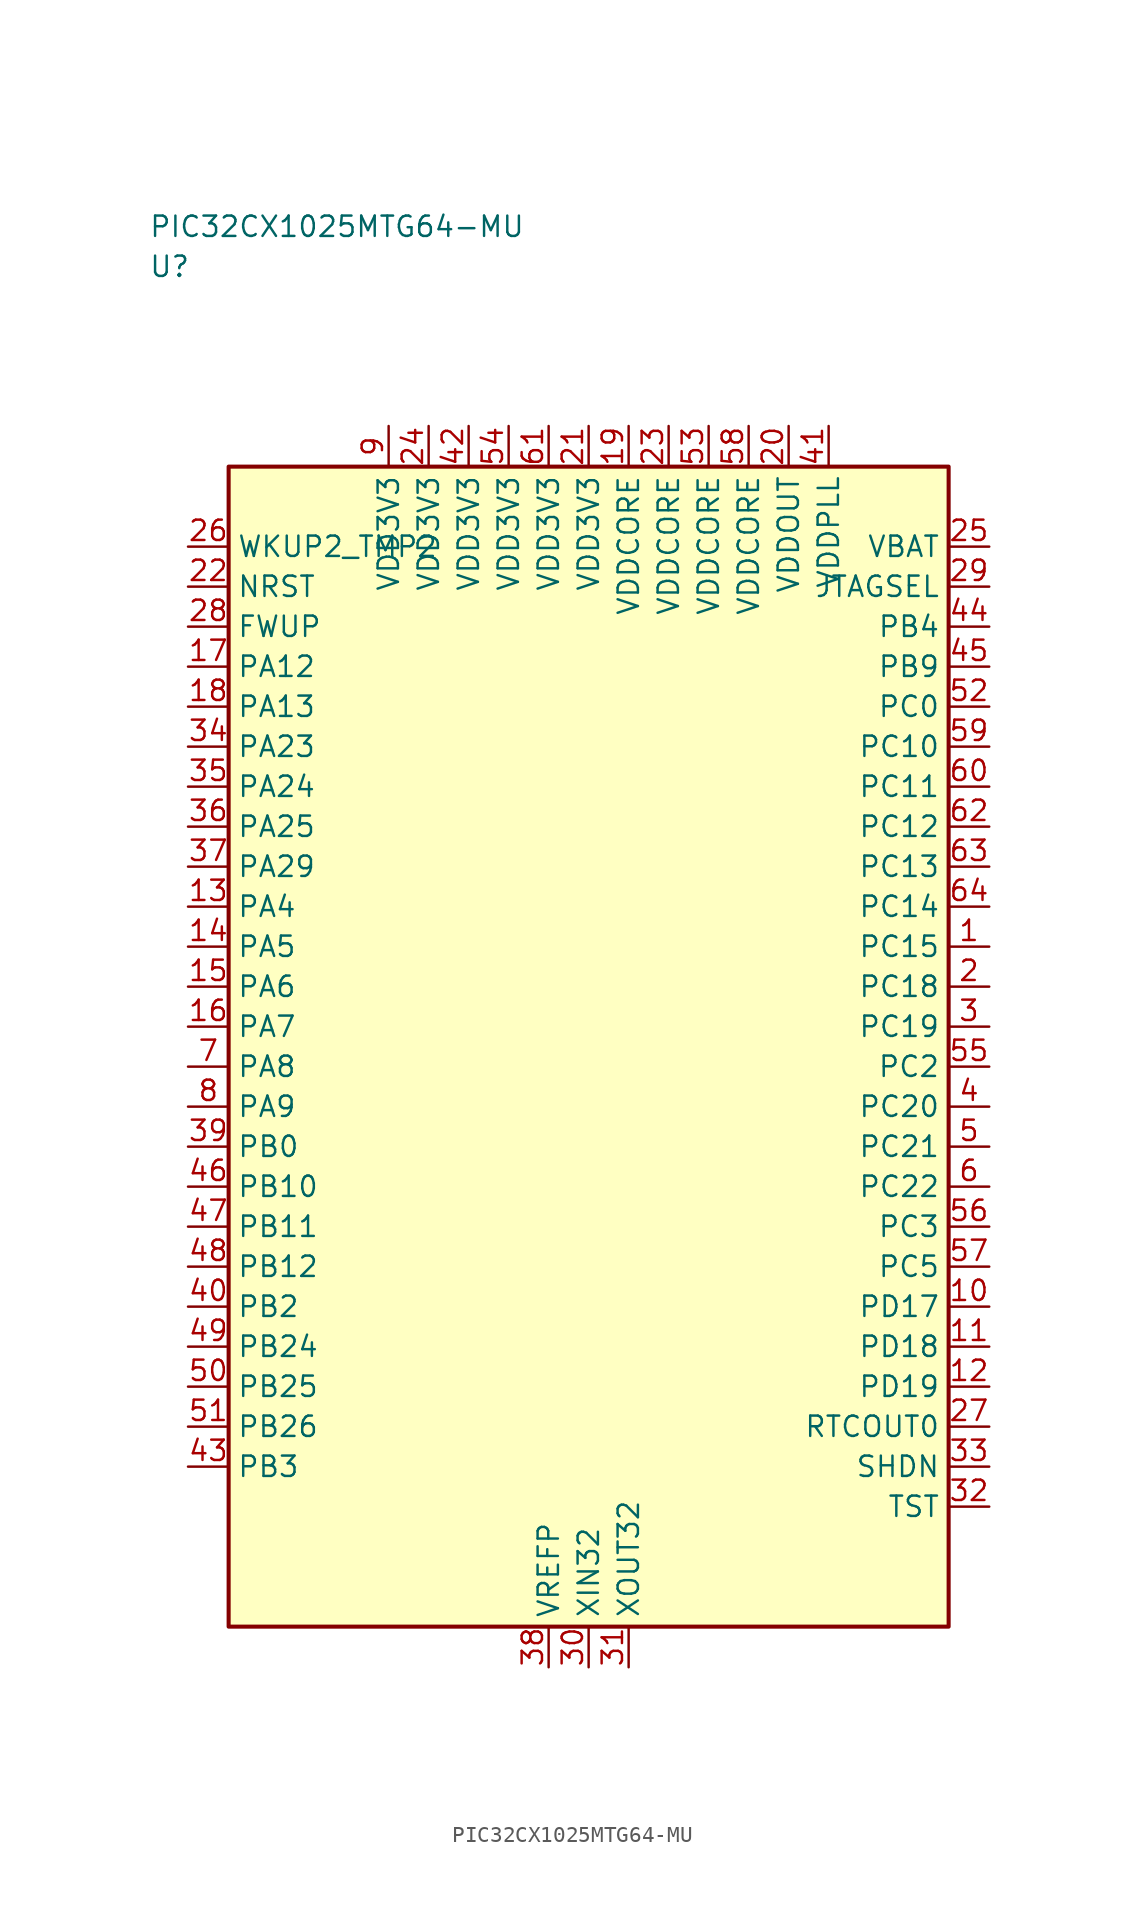
<source format=kicad_sym>
(kicad_symbol_lib
  (version 20241025)
  (generator "kicad_symbol_editor")
  (generator_version "8.0")
  (symbol "PIC32CX1025MTG64-MU"
    (property "Reference" "U"
      (at -27.5 48.75 0)
      (effects (font (size 1.27 1.27)) (justify left)))
    (property "Value" "PIC32CX1025MTG64-MU"
      (at -27.5 51.25 0)
      (effects (font (size 1.27 1.27)) (justify left)))
    (symbol "PIC32CX1025MTG64-MU_0_1"
      (rectangle (start -22.5 36.25) (end 22.5 -36.25) (stroke (width 0.254) (type default)) (fill (type background))))
    (symbol "PIC32CX1025MTG64-MU_1_1"
      (pin bidirectional line (at -25.04 8.75 0.0) (length 2.54) (name "PA4" (effects (font (size 1.27 1.27)))) (number "13" (effects (font (size 1.27 1.27)))))
      (pin bidirectional line (at -25.04 6.25 0.0) (length 2.54) (name "PA5" (effects (font (size 1.27 1.27)))) (number "14" (effects (font (size 1.27 1.27)))))
      (pin bidirectional line (at -25.04 3.75 0.0) (length 2.54) (name "PA6" (effects (font (size 1.27 1.27)))) (number "15" (effects (font (size 1.27 1.27)))))
      (pin bidirectional line (at -25.04 1.25 0.0) (length 2.54) (name "PA7" (effects (font (size 1.27 1.27)))) (number "16" (effects (font (size 1.27 1.27)))))
      (pin bidirectional line (at -25.04 -1.25 0.0) (length 2.54) (name "PA8" (effects (font (size 1.27 1.27)))) (number "7" (effects (font (size 1.27 1.27)))))
      (pin bidirectional line (at -25.04 -3.75 0.0) (length 2.54) (name "PA9" (effects (font (size 1.27 1.27)))) (number "8" (effects (font (size 1.27 1.27)))))
      (pin bidirectional line (at -25.04 23.75 0.0) (length 2.54) (name "PA12" (effects (font (size 1.27 1.27)))) (number "17" (effects (font (size 1.27 1.27)))))
      (pin bidirectional line (at -25.04 21.25 0.0) (length 2.54) (name "PA13" (effects (font (size 1.27 1.27)))) (number "18" (effects (font (size 1.27 1.27)))))
      (pin bidirectional line (at -25.04 18.75 0.0) (length 2.54) (name "PA23" (effects (font (size 1.27 1.27)))) (number "34" (effects (font (size 1.27 1.27)))))
      (pin bidirectional line (at -25.04 16.25 0.0) (length 2.54) (name "PA24" (effects (font (size 1.27 1.27)))) (number "35" (effects (font (size 1.27 1.27)))))
      (pin bidirectional line (at -25.04 13.75 0.0) (length 2.54) (name "PA25" (effects (font (size 1.27 1.27)))) (number "36" (effects (font (size 1.27 1.27)))))
      (pin bidirectional line (at -25.04 11.25 0.0) (length 2.54) (name "PA29" (effects (font (size 1.27 1.27)))) (number "37" (effects (font (size 1.27 1.27)))))
      (pin bidirectional line (at -25.04 -6.25 0.0) (length 2.54) (name "PB0" (effects (font (size 1.27 1.27)))) (number "39" (effects (font (size 1.27 1.27)))))
      (pin bidirectional line (at -25.04 -16.25 0.0) (length 2.54) (name "PB2" (effects (font (size 1.27 1.27)))) (number "40" (effects (font (size 1.27 1.27)))))
      (pin bidirectional line (at -25.04 -26.25 0.0) (length 2.54) (name "PB3" (effects (font (size 1.27 1.27)))) (number "43" (effects (font (size 1.27 1.27)))))
      (pin bidirectional line (at 25.04 26.25 180.0) (length 2.54) (name "PB4" (effects (font (size 1.27 1.27)))) (number "44" (effects (font (size 1.27 1.27)))))
      (pin bidirectional line (at 25.04 23.75 180.0) (length 2.54) (name "PB9" (effects (font (size 1.27 1.27)))) (number "45" (effects (font (size 1.27 1.27)))))
      (pin bidirectional line (at -25.04 -8.75 0.0) (length 2.54) (name "PB10" (effects (font (size 1.27 1.27)))) (number "46" (effects (font (size 1.27 1.27)))))
      (pin bidirectional line (at -25.04 -11.25 0.0) (length 2.54) (name "PB11" (effects (font (size 1.27 1.27)))) (number "47" (effects (font (size 1.27 1.27)))))
      (pin bidirectional line (at -25.04 -13.75 0.0) (length 2.54) (name "PB12" (effects (font (size 1.27 1.27)))) (number "48" (effects (font (size 1.27 1.27)))))
      (pin bidirectional line (at -25.04 -18.75 0.0) (length 2.54) (name "PB24" (effects (font (size 1.27 1.27)))) (number "49" (effects (font (size 1.27 1.27)))))
      (pin bidirectional line (at -25.04 -21.25 0.0) (length 2.54) (name "PB25" (effects (font (size 1.27 1.27)))) (number "50" (effects (font (size 1.27 1.27)))))
      (pin bidirectional line (at -25.04 -23.75 0.0) (length 2.54) (name "PB26" (effects (font (size 1.27 1.27)))) (number "51" (effects (font (size 1.27 1.27)))))
      (pin bidirectional line (at 25.04 21.25 180.0) (length 2.54) (name "PC0" (effects (font (size 1.27 1.27)))) (number "52" (effects (font (size 1.27 1.27)))))
      (pin bidirectional line (at 25.04 -1.25 180.0) (length 2.54) (name "PC2" (effects (font (size 1.27 1.27)))) (number "55" (effects (font (size 1.27 1.27)))))
      (pin bidirectional line (at 25.04 -11.25 180.0) (length 2.54) (name "PC3" (effects (font (size 1.27 1.27)))) (number "56" (effects (font (size 1.27 1.27)))))
      (pin bidirectional line (at 25.04 -13.75 180.0) (length 2.54) (name "PC5" (effects (font (size 1.27 1.27)))) (number "57" (effects (font (size 1.27 1.27)))))
      (pin bidirectional line (at 25.04 18.75 180.0) (length 2.54) (name "PC10" (effects (font (size 1.27 1.27)))) (number "59" (effects (font (size 1.27 1.27)))))
      (pin bidirectional line (at 25.04 16.25 180.0) (length 2.54) (name "PC11" (effects (font (size 1.27 1.27)))) (number "60" (effects (font (size 1.27 1.27)))))
      (pin bidirectional line (at 25.04 13.75 180.0) (length 2.54) (name "PC12" (effects (font (size 1.27 1.27)))) (number "62" (effects (font (size 1.27 1.27)))))
      (pin bidirectional line (at 25.04 11.25 180.0) (length 2.54) (name "PC13" (effects (font (size 1.27 1.27)))) (number "63" (effects (font (size 1.27 1.27)))))
      (pin bidirectional line (at 25.04 8.75 180.0) (length 2.54) (name "PC14" (effects (font (size 1.27 1.27)))) (number "64" (effects (font (size 1.27 1.27)))))
      (pin bidirectional line (at 25.04 6.25 180.0) (length 2.54) (name "PC15" (effects (font (size 1.27 1.27)))) (number "1" (effects (font (size 1.27 1.27)))))
      (pin bidirectional line (at 25.04 3.75 180.0) (length 2.54) (name "PC18" (effects (font (size 1.27 1.27)))) (number "2" (effects (font (size 1.27 1.27)))))
      (pin bidirectional line (at 25.04 1.25 180.0) (length 2.54) (name "PC19" (effects (font (size 1.27 1.27)))) (number "3" (effects (font (size 1.27 1.27)))))
      (pin bidirectional line (at 25.04 -3.75 180.0) (length 2.54) (name "PC20" (effects (font (size 1.27 1.27)))) (number "4" (effects (font (size 1.27 1.27)))))
      (pin bidirectional line (at 25.04 -6.25 180.0) (length 2.54) (name "PC21" (effects (font (size 1.27 1.27)))) (number "5" (effects (font (size 1.27 1.27)))))
      (pin bidirectional line (at 25.04 -8.75 180.0) (length 2.54) (name "PC22" (effects (font (size 1.27 1.27)))) (number "6" (effects (font (size 1.27 1.27)))))
      (pin bidirectional line (at 25.04 -16.25 180.0) (length 2.54) (name "PD17" (effects (font (size 1.27 1.27)))) (number "10" (effects (font (size 1.27 1.27)))))
      (pin bidirectional line (at 25.04 -18.75 180.0) (length 2.54) (name "PD18" (effects (font (size 1.27 1.27)))) (number "11" (effects (font (size 1.27 1.27)))))
      (pin bidirectional line (at 25.04 -21.25 180.0) (length 2.54) (name "PD19" (effects (font (size 1.27 1.27)))) (number "12" (effects (font (size 1.27 1.27)))))
      (pin input line (at -25.04 28.75 0.0) (length 2.54) (name "NRST" (effects (font (size 1.27 1.27)))) (number "22" (effects (font (size 1.27 1.27)))))
      (pin bidirectional line (at -25.04 26.25 0.0) (length 2.54) (name "FWUP" (effects (font (size 1.27 1.27)))) (number "28" (effects (font (size 1.27 1.27)))))
      (pin output line (at 25.04 28.75 180.0) (length 2.54) (name "JTAGSEL" (effects (font (size 1.27 1.27)))) (number "29" (effects (font (size 1.27 1.27)))))
      (pin bidirectional line (at 25.04 -26.25 180.0) (length 2.54) (name "SHDN" (effects (font (size 1.27 1.27)))) (number "33" (effects (font (size 1.27 1.27)))))
      (pin bidirectional line (at 25.04 -28.75 180.0) (length 2.54) (name "TST" (effects (font (size 1.27 1.27)))) (number "32" (effects (font (size 1.27 1.27)))))
      (pin bidirectional line (at 25.04 -23.75 180.0) (length 2.54) (name "RTCOUT0" (effects (font (size 1.27 1.27)))) (number "27" (effects (font (size 1.27 1.27)))))
      (pin input line (at -25.04 31.25 0.0) (length 2.54) (name "WKUP2_TMP2" (effects (font (size 1.27 1.27)))) (number "26" (effects (font (size 1.27 1.27)))))
      (pin passive line (at 2.5 -38.79 90.0) (length 2.54) (name "XOUT32" (effects (font (size 1.27 1.27)))) (number "31" (effects (font (size 1.27 1.27)))))
      (pin passive line (at 0.0 -38.79 90.0) (length 2.54) (name "XIN32" (effects (font (size 1.27 1.27)))) (number "30" (effects (font (size 1.27 1.27)))))
      (pin power_in line (at -12.5 38.79 270.0) (length 2.54) (name "VDD3V3" (effects (font (size 1.27 1.27)))) (number "9" (effects (font (size 1.27 1.27)))))
      (pin output line (at 25.04 31.25 180.0) (length 2.54) (name "VBAT" (effects (font (size 1.27 1.27)))) (number "25" (effects (font (size 1.27 1.27)))))
      (pin power_in line (at -10.0 38.79 270.0) (length 2.54) (name "VDD3V3" (effects (font (size 1.27 1.27)))) (number "24" (effects (font (size 1.27 1.27)))))
      (pin power_in line (at -7.5 38.79 270.0) (length 2.54) (name "VDD3V3" (effects (font (size 1.27 1.27)))) (number "42" (effects (font (size 1.27 1.27)))))
      (pin power_in line (at -5.0 38.79 270.0) (length 2.54) (name "VDD3V3" (effects (font (size 1.27 1.27)))) (number "54" (effects (font (size 1.27 1.27)))))
      (pin power_in line (at -2.5 38.79 270.0) (length 2.54) (name "VDD3V3" (effects (font (size 1.27 1.27)))) (number "61" (effects (font (size 1.27 1.27)))))
      (pin power_in line (at 2.5 38.79 270.0) (length 2.54) (name "VDDCORE" (effects (font (size 1.27 1.27)))) (number "19" (effects (font (size 1.27 1.27)))))
      (pin power_in line (at 5.0 38.79 270.0) (length 2.54) (name "VDDCORE" (effects (font (size 1.27 1.27)))) (number "23" (effects (font (size 1.27 1.27)))))
      (pin power_in line (at 7.5 38.79 270.0) (length 2.54) (name "VDDCORE" (effects (font (size 1.27 1.27)))) (number "53" (effects (font (size 1.27 1.27)))))
      (pin power_in line (at 10.0 38.79 270.0) (length 2.54) (name "VDDCORE" (effects (font (size 1.27 1.27)))) (number "58" (effects (font (size 1.27 1.27)))))
      (pin power_in line (at 15.0 38.79 270.0) (length 2.54) (name "VDDPLL" (effects (font (size 1.27 1.27)))) (number "41" (effects (font (size 1.27 1.27)))))
      (pin power_in line (at 12.5 38.79 270.0) (length 2.54) (name "VDDOUT" (effects (font (size 1.27 1.27)))) (number "20" (effects (font (size 1.27 1.27)))))
      (pin power_in line (at 0.0 38.79 270.0) (length 2.54) (name "VDD3V3" (effects (font (size 1.27 1.27)))) (number "21" (effects (font (size 1.27 1.27)))))
      (pin passive line (at -2.5 -38.79 90.0) (length 2.54) (name "VREFP" (effects (font (size 1.27 1.27)))) (number "38" (effects (font (size 1.27 1.27))))))))
</source>
